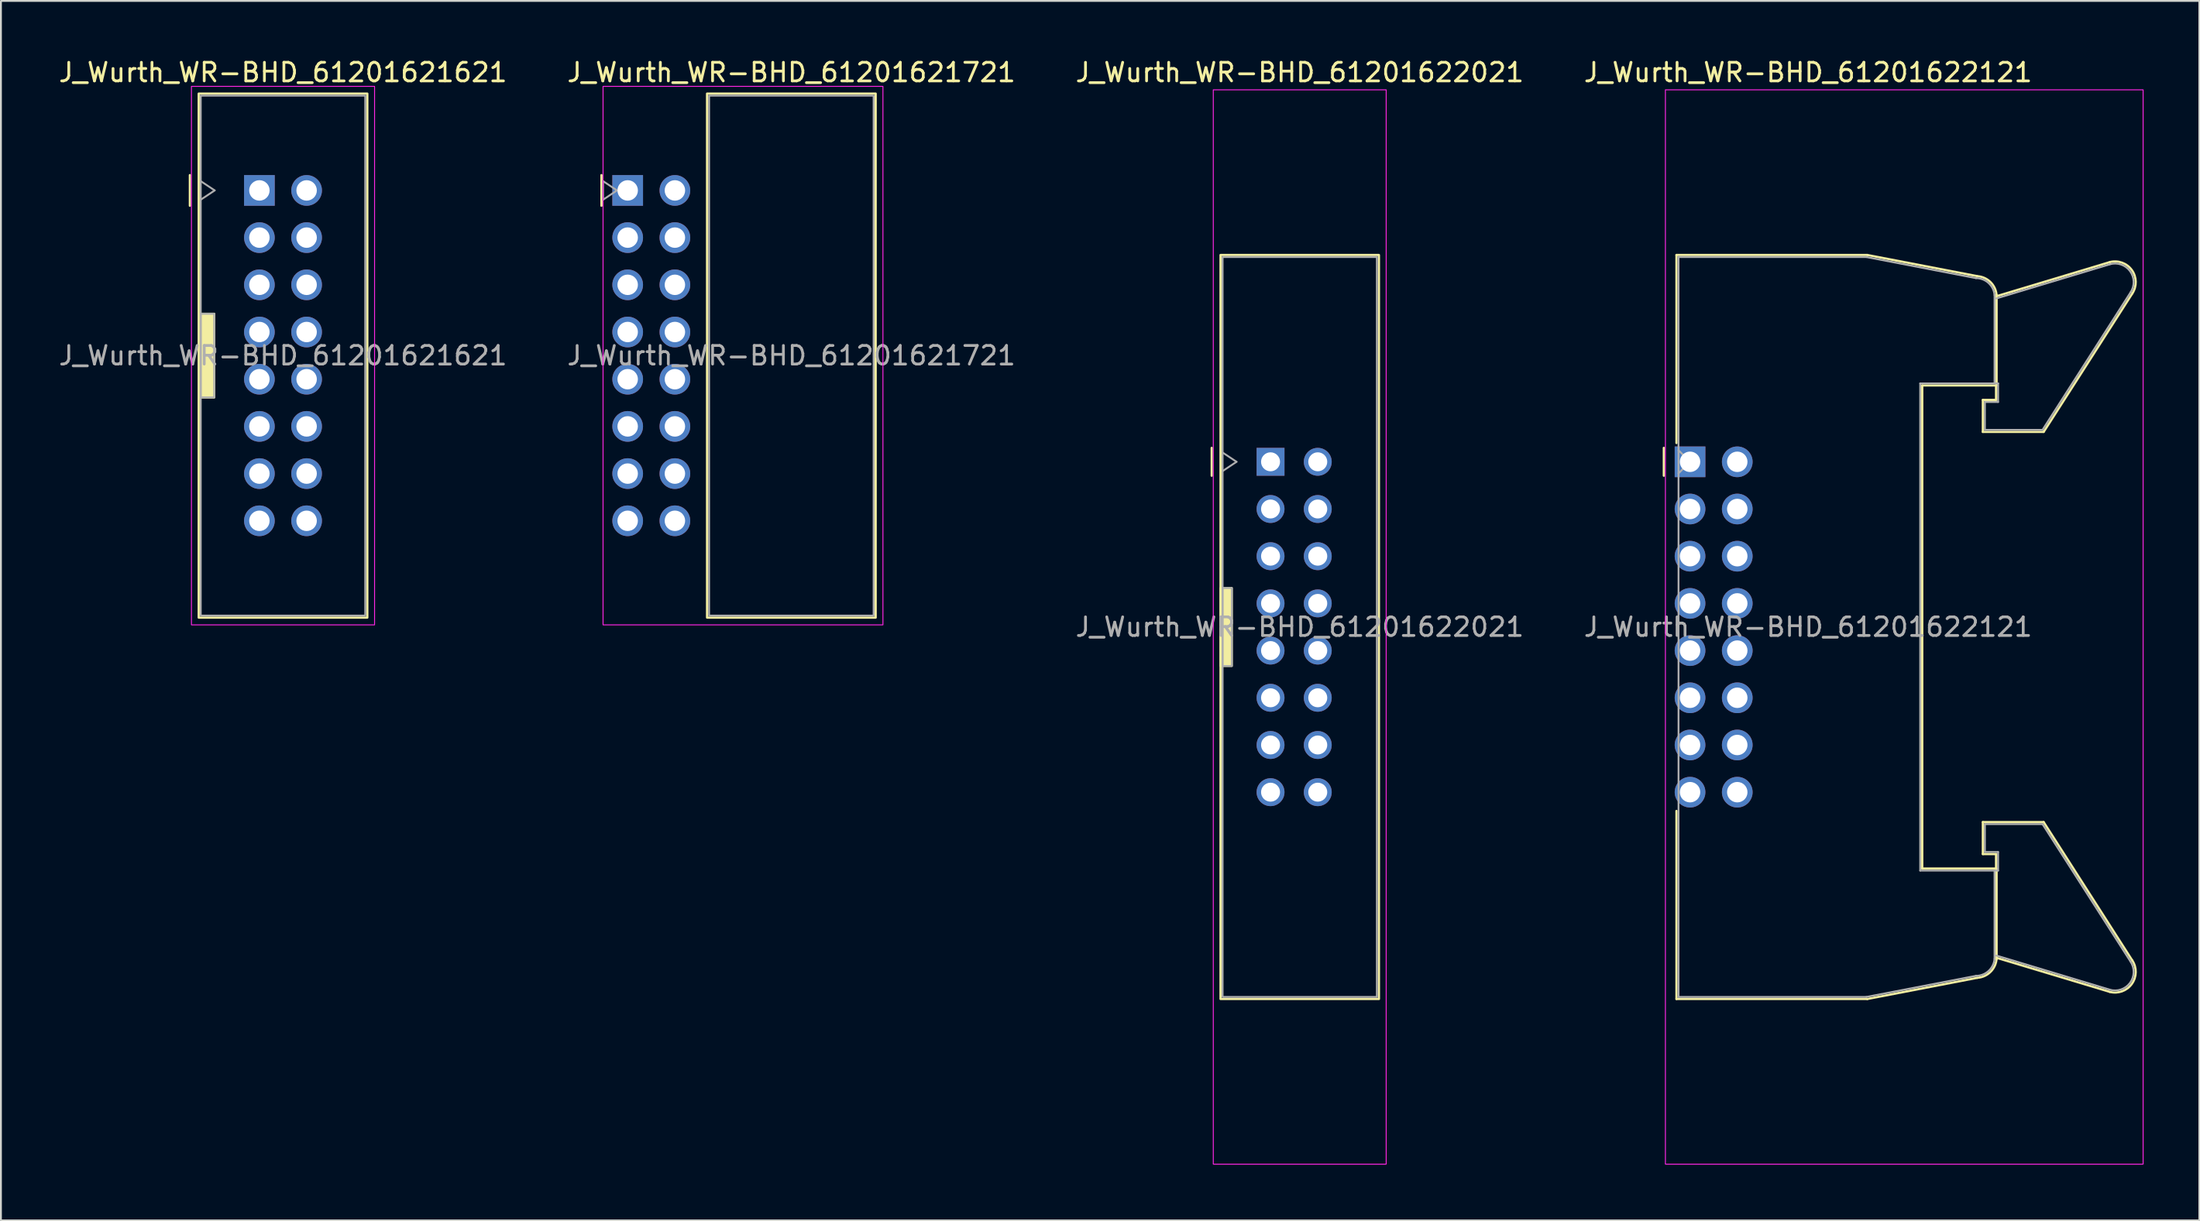
<source format=kicad_pcb>
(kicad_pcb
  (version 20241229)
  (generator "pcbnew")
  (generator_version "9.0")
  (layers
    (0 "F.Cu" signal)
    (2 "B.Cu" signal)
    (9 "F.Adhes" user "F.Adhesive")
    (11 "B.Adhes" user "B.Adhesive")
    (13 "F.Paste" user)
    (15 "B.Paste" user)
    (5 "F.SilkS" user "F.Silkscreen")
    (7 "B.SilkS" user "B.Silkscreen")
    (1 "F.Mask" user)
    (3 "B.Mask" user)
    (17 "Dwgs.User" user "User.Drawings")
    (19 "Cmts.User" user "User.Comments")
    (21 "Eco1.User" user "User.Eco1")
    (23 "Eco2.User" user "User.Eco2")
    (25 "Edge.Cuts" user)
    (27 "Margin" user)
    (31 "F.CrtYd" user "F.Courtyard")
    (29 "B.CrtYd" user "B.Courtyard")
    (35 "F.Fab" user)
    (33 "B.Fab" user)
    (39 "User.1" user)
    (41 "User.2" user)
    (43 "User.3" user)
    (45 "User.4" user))
  (footprint "J_Wurth_WR-BHD_61201622121"
    (layer "F.Cu")
    (at 87.858 21.803)
    (property "Reference" "J_Wurth_WR-BHD_61201622121" (at 6.35 -20.955 0) (unlocked yes) (layer "F.SilkS") (effects (font (size 1 1) (thickness 0.15))))
    (attr through_hole)
    (fp_line (start -1.41 -0.75) (end -1.41 0.75) (stroke (width 0.12) (type solid)) (layer "F.SilkS"))
    (fp_line (start -0.73 -11.13) (end -0.73 -1.01) (stroke (width 0.12) (type solid)) (layer "F.SilkS"))
    (fp_line (start -0.73 -11.13) (end 9.534 -11.13) (stroke (width 0.12) (type solid)) (layer "F.SilkS"))
    (fp_line (start -0.73 28.91) (end -0.73 18.79) (stroke (width 0.12) (type solid)) (layer "F.SilkS"))
    (fp_line (start -0.73 28.91) (end 9.534 28.91) (stroke (width 0.12) (type solid)) (layer "F.SilkS"))
    (fp_line (start 9.534 -11.13) (end 15.443 -9.992) (stroke (width 0.12) (type solid)) (layer "F.SilkS"))
    (fp_line (start 9.534 28.91) (end 15.443 27.772) (stroke (width 0.12) (type solid)) (layer "F.SilkS"))
    (fp_line (start 12.49 21.89) (end 12.49 -4.11) (stroke (width 0.12) (type solid)) (layer "F.SilkS"))
    (fp_line (start 15.75 -3.33) (end 15.75 -1.61) (stroke (width 0.12) (type solid)) (layer "F.SilkS"))
    (fp_line (start 15.75 -1.61) (end 19.021 -1.61) (stroke (width 0.12) (type solid)) (layer "F.SilkS"))
    (fp_line (start 15.75 19.39) (end 19.021 19.39) (stroke (width 0.12) (type solid)) (layer "F.SilkS"))
    (fp_line (start 15.75 21.11) (end 15.75 19.39) (stroke (width 0.12) (type solid)) (layer "F.SilkS"))
    (fp_line (start 16.46 -4.11) (end 12.49 -4.11) (stroke (width 0.12) (type solid)) (layer "F.SilkS"))
    (fp_line (start 16.46 -4.11) (end 16.46 -3.33) (stroke (width 0.12) (type solid)) (layer "F.SilkS"))
    (fp_line (start 16.46 -3.33) (end 15.75 -3.33) (stroke (width 0.12) (type solid)) (layer "F.SilkS"))
    (fp_line (start 16.46 21.11) (end 15.75 21.11) (stroke (width 0.12) (type solid)) (layer "F.SilkS"))
    (fp_line (start 16.46 21.89) (end 12.49 21.89) (stroke (width 0.12) (type solid)) (layer "F.SilkS"))
    (fp_line (start 16.46 21.89) (end 16.46 21.11) (stroke (width 0.12) (type solid)) (layer "F.SilkS"))
    (fp_line (start 16.49 -8.975) (end 16.49 -4.11) (stroke (width 0.12) (type solid)) (layer "F.SilkS"))
    (fp_line (start 16.49 26.755) (end 16.49 21.89) (stroke (width 0.12) (type solid)) (layer "F.SilkS"))
    (fp_line (start 19.021 -1.61) (end 23.789 -9.059) (stroke (width 0.12) (type solid)) (layer "F.SilkS"))
    (fp_line (start 19.021 19.39) (end 23.789 26.839) (stroke (width 0.12) (type solid)) (layer "F.SilkS"))
    (fp_line (start 22.581 -10.747) (end 16.491 -8.914) (stroke (width 0.12) (type solid)) (layer "F.SilkS"))
    (fp_line (start 22.581 28.527) (end 16.491 26.694) (stroke (width 0.12) (type solid)) (layer "F.SilkS"))
    (fp_arc (start 15.442979 -9.98974) (mid 16.176162 -9.655638) (end 16.491006 -8.913981) (stroke (width 0.12) (type solid)) (layer "F.SilkS"))
    (fp_arc (start 16.491006 26.693981) (mid 16.176162 27.435638) (end 15.442979 27.76974) (stroke (width 0.12) (type solid)) (layer "F.SilkS"))
    (fp_arc (start 22.581 -10.747) (mid 23.764714 -10.317505) (end 23.789444 -9.058524) (stroke (width 0.12) (type solid)) (layer "F.SilkS"))
    (fp_arc (start 23.789444 26.838524) (mid 23.764714 28.097505) (end 22.581 28.527) (stroke (width 0.12) (type solid)) (layer "F.SilkS"))
    (fp_rect (start -1.325 -20.02) (end 24.37 37.8) (stroke (width 0.05) (type solid)) (fill no) (layer "F.CrtYd"))
    (fp_line (start -0.62 -11.02) (end 9.484 -11.02) (stroke (width 0.1) (type solid)) (layer "F.Fab"))
    (fp_line (start -0.62 28.8) (end -0.62 -11.02) (stroke (width 0.1) (type solid)) (layer "F.Fab"))
    (fp_line (start -0.62 28.8) (end 9.484 28.8) (stroke (width 0.1) (type solid)) (layer "F.Fab"))
    (fp_line (start 0 0) (end -0.62 -0.62) (stroke (width 0.1) (type solid)) (layer "F.Fab"))
    (fp_line (start 0 0) (end -0.62 0.62) (stroke (width 0.1) (type solid)) (layer "F.Fab"))
    (fp_line (start 9.484 -11.02) (end 15.381 -9.884) (stroke (width 0.1) (type solid)) (layer "F.Fab"))
    (fp_line (start 9.484 28.8) (end 15.381 27.664) (stroke (width 0.1) (type solid)) (layer "F.Fab"))
    (fp_line (start 12.38 22) (end 12.38 -4.22) (stroke (width 0.1) (type solid)) (layer "F.Fab"))
    (fp_line (start 15.86 -1.72) (end 15.86 -3.22) (stroke (width 0.1) (type solid)) (layer "F.Fab"))
    (fp_line (start 15.86 -1.72) (end 18.96 -1.72) (stroke (width 0.1) (type solid)) (layer "F.Fab"))
    (fp_line (start 15.86 19.5) (end 18.96 19.5) (stroke (width 0.1) (type solid)) (layer "F.Fab"))
    (fp_line (start 15.86 21) (end 15.86 19.5) (stroke (width 0.1) (type solid)) (layer "F.Fab"))
    (fp_line (start 16.38 -8.975) (end 16.38 -4.22) (stroke (width 0.1) (type solid)) (layer "F.Fab"))
    (fp_line (start 16.38 26.755) (end 16.38 22) (stroke (width 0.1) (type solid)) (layer "F.Fab"))
    (fp_line (start 16.57 -4.22) (end 12.38 -4.22) (stroke (width 0.1) (type solid)) (layer "F.Fab"))
    (fp_line (start 16.57 -4.22) (end 16.57 -3.22) (stroke (width 0.1) (type solid)) (layer "F.Fab"))
    (fp_line (start 16.57 -3.22) (end 15.86 -3.22) (stroke (width 0.1) (type solid)) (layer "F.Fab"))
    (fp_line (start 16.57 21) (end 15.86 21) (stroke (width 0.1) (type solid)) (layer "F.Fab"))
    (fp_line (start 16.57 22) (end 12.38 22) (stroke (width 0.1) (type solid)) (layer "F.Fab"))
    (fp_line (start 16.57 22) (end 16.57 21) (stroke (width 0.1) (type solid)) (layer "F.Fab"))
    (fp_line (start 18.96 -1.72) (end 23.696 -9.12) (stroke (width 0.1) (type solid)) (layer "F.Fab"))
    (fp_line (start 18.96 19.5) (end 23.696 26.9) (stroke (width 0.1) (type solid)) (layer "F.Fab"))
    (fp_line (start 22.571 -10.627) (end 16.481 -8.794) (stroke (width 0.1) (type solid)) (layer "F.Fab"))
    (fp_line (start 22.571 28.407) (end 16.481 26.574) (stroke (width 0.1) (type solid)) (layer "F.Fab"))
    (fp_arc (start 15.380999 -9.884) (mid 16.05791 -9.620576) (end 16.38 -8.969532) (stroke (width 0.1) (type solid)) (layer "F.Fab"))
    (fp_arc (start 16.38 26.749532) (mid 16.05791 27.400576) (end 15.380999 27.664) (stroke (width 0.1) (type solid)) (layer "F.Fab"))
    (fp_arc (start 22.573383 -10.628774) (mid 23.662842 -10.267362) (end 23.696001 -9.12) (stroke (width 0.1) (type solid)) (layer "F.Fab"))
    (fp_arc (start 23.696001 26.9) (mid 23.662842 28.047363) (end 22.573383 28.408774) (stroke (width 0.1) (type solid)) (layer "F.Fab"))
    (fp_text user "${REFERENCE}" (at 6.35 8.89 0) (unlocked yes) (layer "F.Fab") (effects (font (size 1 1) (thickness 0.15))))
    (pad "1" thru_hole rect (at 0 0 90) (size 1.65 1.65) (drill 1.1) (layers "*.Cu" "*.Mask"))
    (pad "2" thru_hole circle (at 2.54 0 90) (size 1.65 1.65) (drill 1.1) (layers "*.Cu" "*.Mask"))
    (pad "3" thru_hole circle (at 0 2.54 90) (size 1.65 1.65) (drill 1.1) (layers "*.Cu" "*.Mask"))
    (pad "4" thru_hole circle (at 2.54 2.54 90) (size 1.65 1.65) (drill 1.1) (layers "*.Cu" "*.Mask"))
    (pad "5" thru_hole circle (at 0 5.08 90) (size 1.65 1.65) (drill 1.1) (layers "*.Cu" "*.Mask"))
    (pad "6" thru_hole circle (at 2.54 5.08 90) (size 1.65 1.65) (drill 1.1) (layers "*.Cu" "*.Mask"))
    (pad "7" thru_hole circle (at 0 7.62 90) (size 1.65 1.65) (drill 1.1) (layers "*.Cu" "*.Mask"))
    (pad "8" thru_hole circle (at 2.54 7.62 90) (size 1.65 1.65) (drill 1.1) (layers "*.Cu" "*.Mask"))
    (pad "9" thru_hole circle (at 0 10.16 90) (size 1.65 1.65) (drill 1.1) (layers "*.Cu" "*.Mask"))
    (pad "10" thru_hole circle (at 2.54 10.16 90) (size 1.65 1.65) (drill 1.1) (layers "*.Cu" "*.Mask"))
    (pad "11" thru_hole circle (at 0 12.7 90) (size 1.65 1.65) (drill 1.1) (layers "*.Cu" "*.Mask"))
    (pad "12" thru_hole circle (at 2.54 12.7 90) (size 1.65 1.65) (drill 1.1) (layers "*.Cu" "*.Mask"))
    (pad "13" thru_hole circle (at 0 15.24 90) (size 1.65 1.65) (drill 1.1) (layers "*.Cu" "*.Mask"))
    (pad "14" thru_hole circle (at 2.54 15.24 90) (size 1.65 1.65) (drill 1.1) (layers "*.Cu" "*.Mask"))
    (pad "15" thru_hole circle (at 0 17.78 90) (size 1.65 1.65) (drill 1.1) (layers "*.Cu" "*.Mask"))
    (pad "16" thru_hole circle (at 2.54 17.78 90) (size 1.65 1.65) (drill 1.1) (layers "*.Cu" "*.Mask")))
  (footprint "J_Wurth_WR-BHD_61201622021"
    (layer "F.Cu")
    (at 65.293 21.803)
    (property "Reference" "J_Wurth_WR-BHD_61201622021" (at 1.57 -20.955 0) (unlocked yes) (layer "F.SilkS") (effects (font (size 1 1) (thickness 0.15))))
    (attr through_hole)
    (fp_line (start -3.165 -0.75) (end -3.165 0.75) (stroke (width 0.12) (type solid)) (layer "F.SilkS"))
    (fp_rect (start -2.69 -11.13) (end 5.83 28.91) (stroke (width 0.12) (type solid)) (fill no) (layer "F.SilkS"))
    (fp_rect (start -2.69 6.79) (end -2.08 10.99) (stroke (width 0.1) (type solid)) (fill yes) (layer "F.SilkS"))
    (fp_rect (start -3.08 -20.02) (end 6.22 37.8) (stroke (width 0.05) (type solid)) (fill no) (layer "F.CrtYd"))
    (fp_line (start -1.83 0) (end -2.58 -0.5) (stroke (width 0.1) (type solid)) (layer "F.Fab"))
    (fp_line (start -1.83 0) (end -2.58 0.5) (stroke (width 0.1) (type solid)) (layer "F.Fab"))
    (fp_rect (start -2.58 -11.02) (end 5.72 28.8) (stroke (width 0.1) (type solid)) (fill no) (layer "F.Fab"))
    (fp_rect (start -2.58 6.79) (end -2.08 10.99) (stroke (width 0.1) (type solid)) (fill no) (layer "F.Fab"))
    (fp_text user "${REFERENCE}" (at 1.57 8.89 0) (unlocked yes) (layer "F.Fab") (effects (font (size 1 1) (thickness 0.15))))
    (pad "1" thru_hole rect (at 0 0 270) (size 1.5 1.5) (drill 1.02) (layers "*.Cu" "*.Mask"))
    (pad "2" thru_hole circle (at 2.54 0 270) (size 1.5 1.5) (drill 1.02) (layers "*.Cu" "*.Mask"))
    (pad "3" thru_hole circle (at 0 2.54 270) (size 1.5 1.5) (drill 1.02) (layers "*.Cu" "*.Mask"))
    (pad "4" thru_hole circle (at 2.54 2.54 270) (size 1.5 1.5) (drill 1.02) (layers "*.Cu" "*.Mask"))
    (pad "5" thru_hole circle (at 0 5.08 270) (size 1.5 1.5) (drill 1.02) (layers "*.Cu" "*.Mask"))
    (pad "6" thru_hole circle (at 2.54 5.08 270) (size 1.5 1.5) (drill 1.02) (layers "*.Cu" "*.Mask"))
    (pad "7" thru_hole circle (at 0 7.62 270) (size 1.5 1.5) (drill 1.02) (layers "*.Cu" "*.Mask"))
    (pad "8" thru_hole circle (at 2.54 7.62 270) (size 1.5 1.5) (drill 1.02) (layers "*.Cu" "*.Mask"))
    (pad "9" thru_hole circle (at 0 10.16 270) (size 1.5 1.5) (drill 1.02) (layers "*.Cu" "*.Mask"))
    (pad "10" thru_hole circle (at 2.54 10.16 270) (size 1.5 1.5) (drill 1.02) (layers "*.Cu" "*.Mask"))
    (pad "11" thru_hole circle (at 0 12.7 270) (size 1.5 1.5) (drill 1.02) (layers "*.Cu" "*.Mask"))
    (pad "12" thru_hole circle (at 2.54 12.7 270) (size 1.5 1.5) (drill 1.02) (layers "*.Cu" "*.Mask"))
    (pad "13" thru_hole circle (at 0 15.24 270) (size 1.5 1.5) (drill 1.02) (layers "*.Cu" "*.Mask"))
    (pad "14" thru_hole circle (at 2.54 15.24 270) (size 1.5 1.5) (drill 1.02) (layers "*.Cu" "*.Mask"))
    (pad "15" thru_hole circle (at 0 17.78 270) (size 1.5 1.5) (drill 1.02) (layers "*.Cu" "*.Mask"))
    (pad "16" thru_hole circle (at 2.54 17.78 270) (size 1.5 1.5) (drill 1.02) (layers "*.Cu" "*.Mask")))
  (footprint "J_Wurth_WR-BHD_61201621721"
    (layer "F.Cu")
    (at 30.713 7.198)
    (property "Reference" "J_Wurth_WR-BHD_61201621721" (at 8.805 -6.35 0) (unlocked yes) (layer "F.SilkS") (effects (font (size 1 1) (thickness 0.15))))
    (attr through_hole)
    (fp_line (start -1.41 0.825) (end -1.41 -0.825) (stroke (width 0.12) (type solid)) (layer "F.SilkS"))
    (fp_rect (start 4.27 -5.21) (end 13.34 22.99) (stroke (width 0.12) (type solid)) (fill no) (layer "F.SilkS"))
    (fp_rect (start -1.325 -5.6) (end 13.73 23.38) (stroke (width 0.05) (type solid)) (fill no) (layer "F.CrtYd"))
    (fp_line (start -1.325 0.5) (end -1.325 -0.5) (stroke (width 0.1) (type default)) (layer "F.Fab"))
    (fp_line (start -0.575 0) (end -1.325 -0.5) (stroke (width 0.1) (type solid)) (layer "F.Fab"))
    (fp_line (start -0.575 0) (end -1.325 0.5) (stroke (width 0.1) (type solid)) (layer "F.Fab"))
    (fp_rect (start 4.38 -5.1) (end 13.23 22.88) (stroke (width 0.1) (type solid)) (fill no) (layer "F.Fab"))
    (fp_text user "${REFERENCE}" (at 8.805 8.89 0) (unlocked yes) (layer "F.Fab") (effects (font (size 1 1) (thickness 0.15))))
    (pad "1" thru_hole rect (at 0 0 90) (size 1.65 1.65) (drill 1.1) (layers "*.Cu" "*.Mask"))
    (pad "2" thru_hole circle (at 2.54 0 90) (size 1.65 1.65) (drill 1.1) (layers "*.Cu" "*.Mask"))
    (pad "3" thru_hole circle (at 0 2.54 90) (size 1.65 1.65) (drill 1.1) (layers "*.Cu" "*.Mask"))
    (pad "4" thru_hole circle (at 2.54 2.54 90) (size 1.65 1.65) (drill 1.1) (layers "*.Cu" "*.Mask"))
    (pad "5" thru_hole circle (at 0 5.08 90) (size 1.65 1.65) (drill 1.1) (layers "*.Cu" "*.Mask"))
    (pad "6" thru_hole circle (at 2.54 5.08 90) (size 1.65 1.65) (drill 1.1) (layers "*.Cu" "*.Mask"))
    (pad "7" thru_hole circle (at 0 7.62 90) (size 1.65 1.65) (drill 1.1) (layers "*.Cu" "*.Mask"))
    (pad "8" thru_hole circle (at 2.54 7.62 90) (size 1.65 1.65) (drill 1.1) (layers "*.Cu" "*.Mask"))
    (pad "9" thru_hole circle (at 0 10.16 90) (size 1.65 1.65) (drill 1.1) (layers "*.Cu" "*.Mask"))
    (pad "10" thru_hole circle (at 2.54 10.16 90) (size 1.65 1.65) (drill 1.1) (layers "*.Cu" "*.Mask"))
    (pad "11" thru_hole circle (at 0 12.7 90) (size 1.65 1.65) (drill 1.1) (layers "*.Cu" "*.Mask"))
    (pad "12" thru_hole circle (at 2.54 12.7 90) (size 1.65 1.65) (drill 1.1) (layers "*.Cu" "*.Mask"))
    (pad "13" thru_hole circle (at 0 15.24 90) (size 1.65 1.65) (drill 1.1) (layers "*.Cu" "*.Mask"))
    (pad "14" thru_hole circle (at 2.54 15.24 90) (size 1.65 1.65) (drill 1.1) (layers "*.Cu" "*.Mask"))
    (pad "15" thru_hole circle (at 0 17.78 90) (size 1.65 1.65) (drill 1.1) (layers "*.Cu" "*.Mask"))
    (pad "16" thru_hole circle (at 2.54 17.78 90) (size 1.65 1.65) (drill 1.1) (layers "*.Cu" "*.Mask")))
  (footprint "J_Wurth_WR-BHD_61201621621"
    (layer "F.Cu")
    (at 10.903 7.198)
    (property "Reference" "J_Wurth_WR-BHD_61201621621" (at 1.27 -6.35 0) (unlocked yes) (layer "F.SilkS") (effects (font (size 1 1) (thickness 0.15))))
    (attr through_hole)
    (fp_line (start -3.74 -0.825) (end -3.74 0.825) (stroke (width 0.12) (type solid)) (layer "F.SilkS"))
    (fp_rect (start -3.265 -5.21) (end 5.805 22.99) (stroke (width 0.12) (type solid)) (fill no) (layer "F.SilkS"))
    (fp_rect (start -3.155 6.64) (end -2.43 11.14) (stroke (width 0.12) (type solid)) (fill yes) (layer "F.SilkS"))
    (fp_rect (start -3.655 -5.6) (end 6.195 23.38) (stroke (width 0.05) (type solid)) (fill no) (layer "F.CrtYd"))
    (fp_line (start -2.405 0) (end -3.155 -0.5) (stroke (width 0.1) (type solid)) (layer "F.Fab"))
    (fp_line (start -2.405 0) (end -3.155 0.5) (stroke (width 0.1) (type solid)) (layer "F.Fab"))
    (fp_rect (start -3.155 6.64) (end -2.43 11.14) (stroke (width 0.1) (type solid)) (fill no) (layer "F.Fab"))
    (fp_rect (start -3.155 -5.1) (end 5.695 22.88) (stroke (width 0.1) (type solid)) (fill no) (layer "F.Fab"))
    (fp_text user "${REFERENCE}" (at 1.27 8.89 0) (unlocked yes) (layer "F.Fab") (effects (font (size 1 1) (thickness 0.15))))
    (pad "1" thru_hole rect (at 0 0 270) (size 1.65 1.65) (drill 1.1) (layers "*.Cu" "*.Mask"))
    (pad "2" thru_hole circle (at 2.54 0 270) (size 1.65 1.65) (drill 1.1) (layers "*.Cu" "*.Mask"))
    (pad "3" thru_hole circle (at 0 2.54 270) (size 1.65 1.65) (drill 1.1) (layers "*.Cu" "*.Mask"))
    (pad "4" thru_hole circle (at 2.54 2.54 270) (size 1.65 1.65) (drill 1.1) (layers "*.Cu" "*.Mask"))
    (pad "5" thru_hole circle (at 0 5.08 270) (size 1.65 1.65) (drill 1.1) (layers "*.Cu" "*.Mask"))
    (pad "6" thru_hole circle (at 2.54 5.08 270) (size 1.65 1.65) (drill 1.1) (layers "*.Cu" "*.Mask"))
    (pad "7" thru_hole circle (at 0 7.62 270) (size 1.65 1.65) (drill 1.1) (layers "*.Cu" "*.Mask"))
    (pad "8" thru_hole circle (at 2.54 7.62 270) (size 1.65 1.65) (drill 1.1) (layers "*.Cu" "*.Mask"))
    (pad "9" thru_hole circle (at 0 10.16 270) (size 1.65 1.65) (drill 1.1) (layers "*.Cu" "*.Mask"))
    (pad "10" thru_hole circle (at 2.54 10.16 270) (size 1.65 1.65) (drill 1.1) (layers "*.Cu" "*.Mask"))
    (pad "11" thru_hole circle (at 0 12.7 270) (size 1.65 1.65) (drill 1.1) (layers "*.Cu" "*.Mask"))
    (pad "12" thru_hole circle (at 2.54 12.7 270) (size 1.65 1.65) (drill 1.1) (layers "*.Cu" "*.Mask"))
    (pad "13" thru_hole circle (at 0 15.24 270) (size 1.65 1.65) (drill 1.1) (layers "*.Cu" "*.Mask"))
    (pad "14" thru_hole circle (at 2.54 15.24 270) (size 1.65 1.65) (drill 1.1) (layers "*.Cu" "*.Mask"))
    (pad "15" thru_hole circle (at 0 17.78 270) (size 1.65 1.65) (drill 1.1) (layers "*.Cu" "*.Mask"))
    (pad "16" thru_hole circle (at 2.54 17.78 270) (size 1.65 1.65) (drill 1.1) (layers "*.Cu" "*.Mask")))
  (gr_rect
    (start -3 -3)
    (end 115.253 62.628)
    (stroke (width 0.1) (type default))
    (fill no)
    (layer "Edge.Cuts")))
</source>
